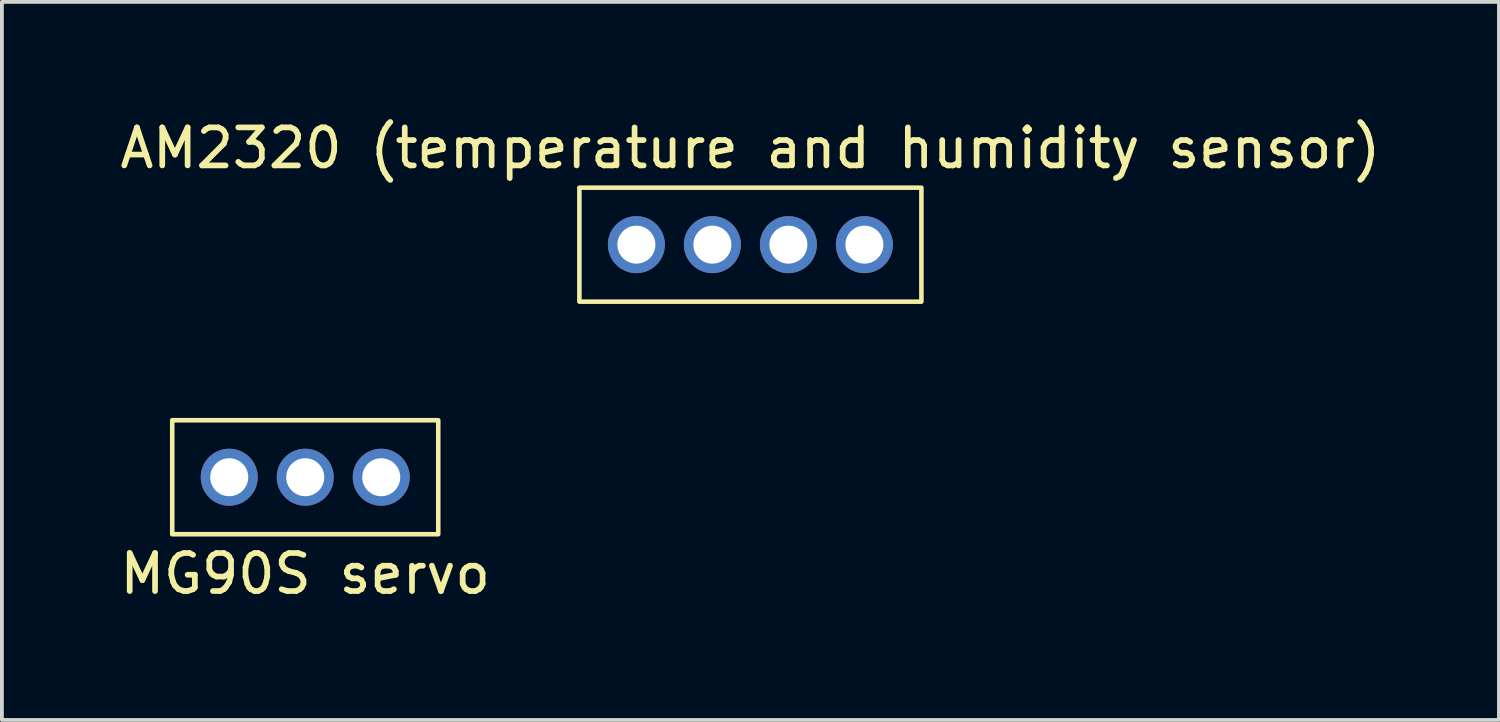
<source format=kicad_pcb>
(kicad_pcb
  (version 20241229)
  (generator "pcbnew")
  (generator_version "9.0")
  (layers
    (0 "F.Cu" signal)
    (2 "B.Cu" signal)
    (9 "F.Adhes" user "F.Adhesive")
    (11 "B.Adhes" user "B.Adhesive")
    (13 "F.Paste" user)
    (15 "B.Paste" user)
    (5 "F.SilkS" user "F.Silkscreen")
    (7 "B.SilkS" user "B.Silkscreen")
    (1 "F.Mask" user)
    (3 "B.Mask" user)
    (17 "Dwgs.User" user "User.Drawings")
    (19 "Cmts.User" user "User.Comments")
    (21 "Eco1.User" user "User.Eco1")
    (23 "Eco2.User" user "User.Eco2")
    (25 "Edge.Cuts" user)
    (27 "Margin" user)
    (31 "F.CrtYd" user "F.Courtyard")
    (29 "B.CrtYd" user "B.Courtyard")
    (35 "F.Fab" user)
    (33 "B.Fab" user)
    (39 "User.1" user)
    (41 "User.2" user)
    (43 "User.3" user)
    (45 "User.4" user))
  (footprint "MG90S servo"
    (layer "F.Cu")
    (at 4.982 9.508)
    (property "Reference" "MG90S servo" (at 0 2.54 0) (unlocked yes) (layer "F.SilkS") (effects (font (size 1 1) (thickness 0.15))))
    (attr through_hole)
    (fp_rect (start 3.5 -1.5) (end -3.5 1.5) (stroke (width 0.12) (type solid)) (fill no) (layer "F.SilkS"))
    (pad "1" thru_hole circle (at -2 0) (size 1.5 1.5) (drill 1) (layers "*.Cu" "*.Mask"))
    (pad "2" thru_hole circle (at 0 0) (size 1.5 1.5) (drill 1) (layers "*.Cu" "*.Mask"))
    (pad "3" thru_hole circle (at 2 0) (size 1.5 1.5) (drill 1) (layers "*.Cu" "*.Mask")))
  (footprint "AM2320 (temperature and humidity sensor)"
    (layer "F.Cu")
    (at 16.696 3.388)
    (property "Reference" "AM2320 (temperature and humidity sensor)" (at 0 -2.54 0) (unlocked yes) (layer "F.SilkS") (effects (font (size 1 1) (thickness 0.15))))
    (attr through_hole)
    (fp_rect (start 4.5 -1.5) (end -4.5 1.5) (stroke (width 0.12) (type solid)) (fill no) (layer "F.SilkS"))
    (pad "1" thru_hole circle (at -3 0) (size 1.5 1.5) (drill 1) (layers "*.Cu" "*.Mask"))
    (pad "2" thru_hole circle (at -1 0) (size 1.5 1.5) (drill 1) (layers "*.Cu" "*.Mask"))
    (pad "3" thru_hole circle (at 1 0) (size 1.5 1.5) (drill 1) (layers "*.Cu" "*.Mask"))
    (pad "4" thru_hole circle (at 3 0) (size 1.5 1.5) (drill 1) (layers "*.Cu" "*.Mask")))
  (gr_rect
    (start -3 -3)
    (end 36.393 15.896)
    (stroke (width 0.1) (type default))
    (fill no)
    (layer "Edge.Cuts")))
</source>
